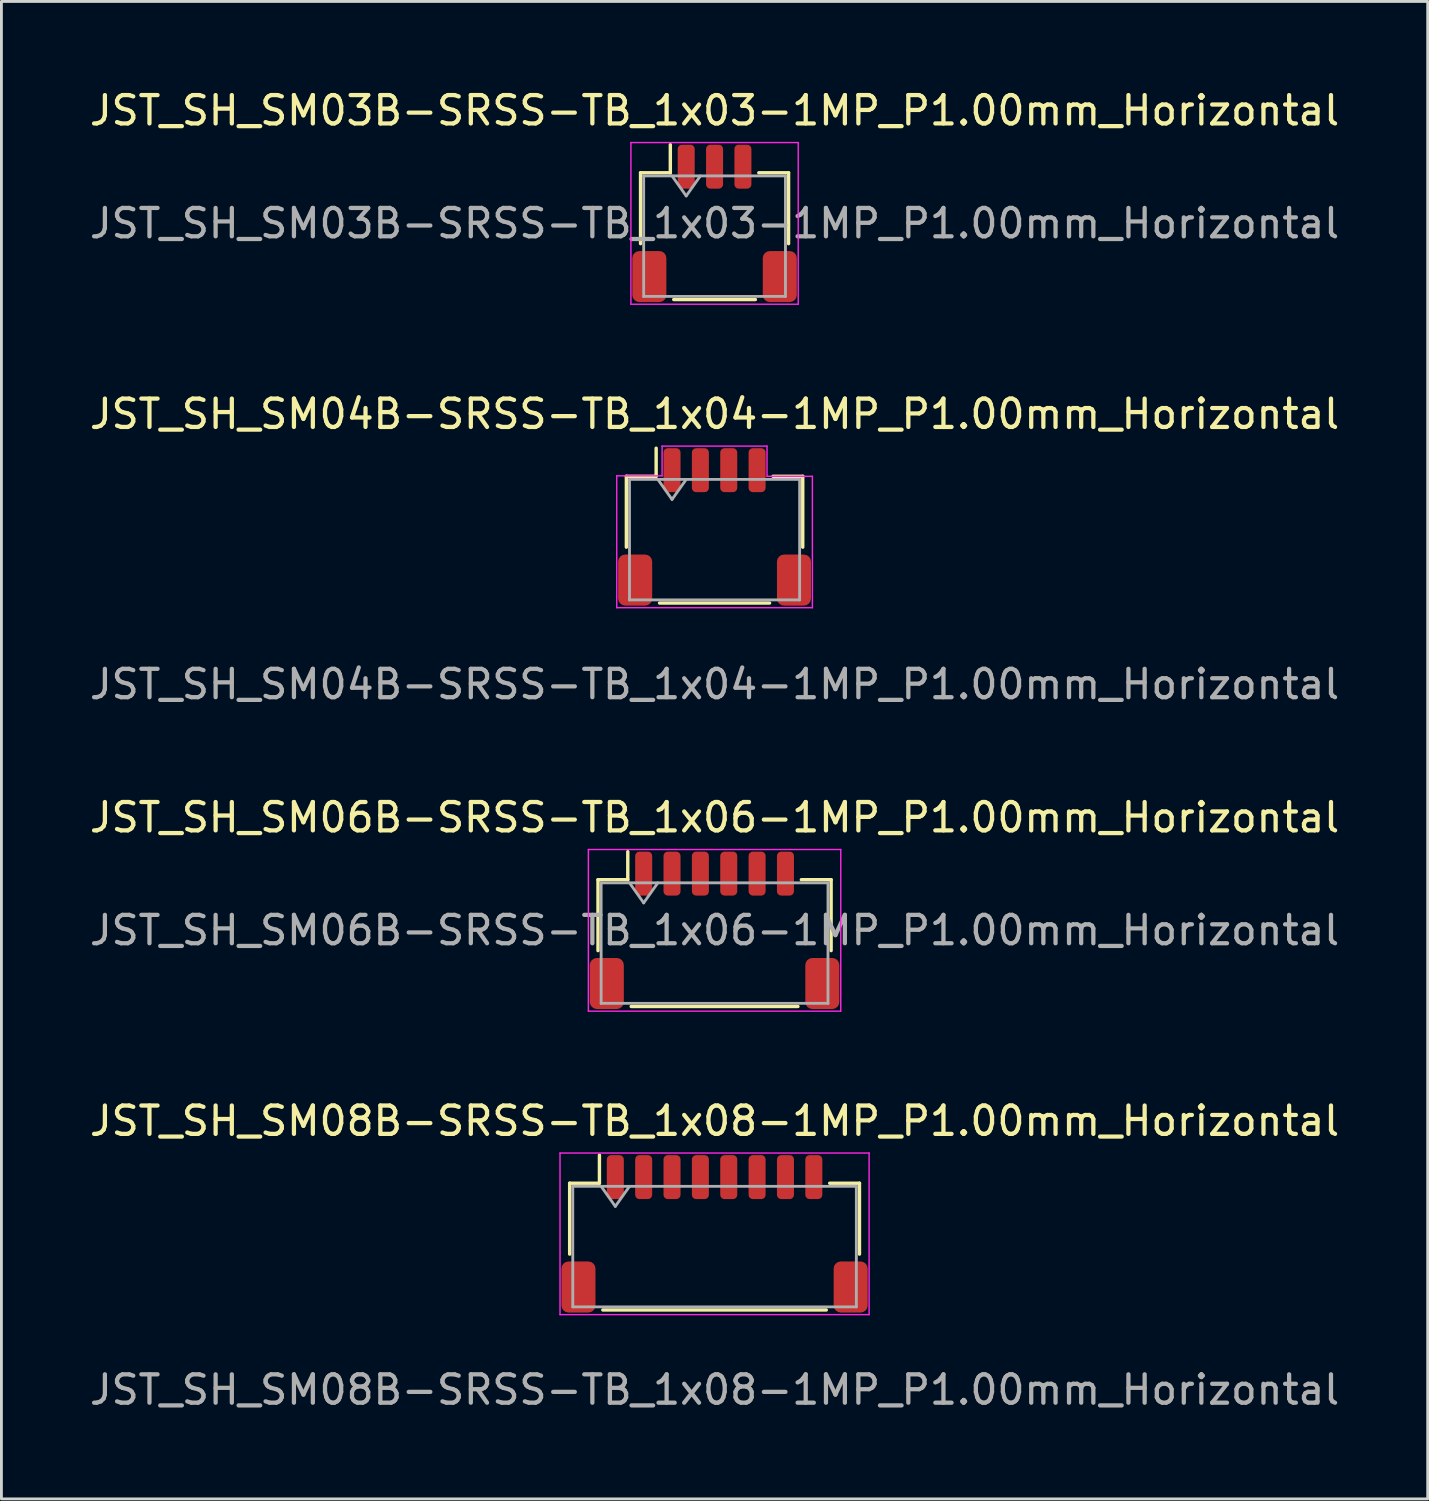
<source format=kicad_pcb>
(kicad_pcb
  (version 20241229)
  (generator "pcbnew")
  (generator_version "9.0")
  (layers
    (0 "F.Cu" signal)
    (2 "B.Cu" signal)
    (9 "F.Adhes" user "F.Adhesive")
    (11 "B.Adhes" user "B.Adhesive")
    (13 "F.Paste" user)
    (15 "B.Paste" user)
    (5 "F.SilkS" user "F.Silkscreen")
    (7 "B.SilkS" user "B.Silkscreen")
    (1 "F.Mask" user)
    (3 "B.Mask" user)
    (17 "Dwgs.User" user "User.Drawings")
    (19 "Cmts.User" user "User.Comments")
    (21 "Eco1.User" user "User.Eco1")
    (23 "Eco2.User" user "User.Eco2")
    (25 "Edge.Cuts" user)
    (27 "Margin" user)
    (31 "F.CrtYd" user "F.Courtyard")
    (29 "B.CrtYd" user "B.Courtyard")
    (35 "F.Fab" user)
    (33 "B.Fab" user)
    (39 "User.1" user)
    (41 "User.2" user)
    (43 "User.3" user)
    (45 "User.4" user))
  (footprint "JST_SH_SM04B-SRSS-TB_1x04-1MP_P1.00mm_Horizontal"
    (layer "F.Cu")
    (at 22.149 15.531)
    (property "Reference" "JST_SH_SM04B-SRSS-TB_1x04-1MP_P1.00mm_Horizontal" (at 0 -3.98 0) (layer "F.SilkS") (effects (font (size 1 1) (thickness 0.15))))
    (attr smd)
    (fp_line (start -3.11 -1.785) (end -2.06 -1.785) (stroke (width 0.12) (type solid)) (layer "F.SilkS"))
    (fp_line (start -3.11 0.715) (end -3.11 -1.785) (stroke (width 0.12) (type solid)) (layer "F.SilkS"))
    (fp_line (start -2.06 -1.785) (end -2.06 -2.775) (stroke (width 0.12) (type solid)) (layer "F.SilkS"))
    (fp_line (start -1.94 2.685) (end 1.94 2.685) (stroke (width 0.12) (type solid)) (layer "F.SilkS"))
    (fp_line (start 3.11 -1.785) (end 2.06 -1.785) (stroke (width 0.12) (type solid)) (layer "F.SilkS"))
    (fp_line (start 3.11 0.715) (end 3.11 -1.785) (stroke (width 0.12) (type solid)) (layer "F.SilkS"))
    (fp_line (start -3.45 -1.8) (end -3.45 2.85) (stroke (width 0.05) (type solid)) (layer "F.CrtYd"))
    (fp_line (start -3.45 -1.8) (end -1.85 -1.8) (stroke (width 0.05) (type solid)) (layer "F.CrtYd"))
    (fp_line (start -3.45 2.85) (end 3.45 2.85) (stroke (width 0.05) (type solid)) (layer "F.CrtYd"))
    (fp_line (start -1.85 -2.85) (end -1.85 -1.8) (stroke (width 0.05) (type solid)) (layer "F.CrtYd"))
    (fp_line (start 1.85 -2.85) (end -1.85 -2.85) (stroke (width 0.05) (type solid)) (layer "F.CrtYd"))
    (fp_line (start 1.85 -2.85) (end 1.85 -1.785) (stroke (width 0.05) (type solid)) (layer "F.CrtYd"))
    (fp_line (start 1.85 -1.785) (end 3.45 -1.785) (stroke (width 0.05) (type solid)) (layer "F.CrtYd"))
    (fp_line (start 3.45 2.85) (end 3.45 -1.785) (stroke (width 0.05) (type solid)) (layer "F.CrtYd"))
    (fp_line (start -3 -1.675) (end -3 2.575) (stroke (width 0.1) (type solid)) (layer "F.Fab"))
    (fp_line (start -3 -1.675) (end 3 -1.675) (stroke (width 0.1) (type solid)) (layer "F.Fab"))
    (fp_line (start -3 2.575) (end 3 2.575) (stroke (width 0.1) (type solid)) (layer "F.Fab"))
    (fp_line (start -2 -1.675) (end -1.5 -0.968) (stroke (width 0.1) (type solid)) (layer "F.Fab"))
    (fp_line (start -1.5 -0.968) (end -1 -1.675) (stroke (width 0.1) (type solid)) (layer "F.Fab"))
    (fp_line (start 3 -1.675) (end 3 2.575) (stroke (width 0.1) (type solid)) (layer "F.Fab"))
    (fp_text user "${REFERENCE}" (at 0 5.55 0) (layer "F.Fab") (effects (font (size 1 1) (thickness 0.15))))
    (pad "1" smd roundrect (at -1.5 -2) (size 0.6 1.55) (layers "F.Cu" "F.Mask" "F.Paste") (roundrect_rratio 0.25))
    (pad "2" smd roundrect (at -0.5 -2) (size 0.6 1.55) (layers "F.Cu" "F.Mask" "F.Paste") (roundrect_rratio 0.25))
    (pad "3" smd roundrect (at 0.5 -2) (size 0.6 1.55) (layers "F.Cu" "F.Mask" "F.Paste") (roundrect_rratio 0.25))
    (pad "4" smd roundrect (at 1.5 -2) (size 0.6 1.55) (layers "F.Cu" "F.Mask" "F.Paste") (roundrect_rratio 0.25))
    (pad "MP" smd roundrect (at -2.8 1.875) (size 1.2 1.8) (layers "F.Cu" "F.Mask" "F.Paste") (roundrect_rratio 0.208))
    (pad "MP" smd roundrect (at 2.8 1.875) (size 1.2 1.8) (layers "F.Cu" "F.Mask" "F.Paste") (roundrect_rratio 0.208)))
  (footprint "JST_SH_SM08B-SRSS-TB_1x08-1MP_P1.00mm_Horizontal"
    (layer "F.Cu")
    (at 22.149 40.461)
    (property "Reference" "JST_SH_SM08B-SRSS-TB_1x08-1MP_P1.00mm_Horizontal" (at 0 -3.98 0) (layer "F.SilkS") (effects (font (size 1 1) (thickness 0.15))))
    (attr smd)
    (fp_line (start -5.11 -1.785) (end -4.06 -1.785) (stroke (width 0.12) (type solid)) (layer "F.SilkS"))
    (fp_line (start -5.11 0.715) (end -5.11 -1.785) (stroke (width 0.12) (type solid)) (layer "F.SilkS"))
    (fp_line (start -4.06 -1.785) (end -4.06 -2.775) (stroke (width 0.12) (type solid)) (layer "F.SilkS"))
    (fp_line (start -3.94 2.685) (end 3.94 2.685) (stroke (width 0.12) (type solid)) (layer "F.SilkS"))
    (fp_line (start 5.11 -1.785) (end 4.06 -1.785) (stroke (width 0.12) (type solid)) (layer "F.SilkS"))
    (fp_line (start 5.11 0.715) (end 5.11 -1.785) (stroke (width 0.12) (type solid)) (layer "F.SilkS"))
    (fp_line (start -5.45 -2.85) (end -5.45 2.85) (stroke (width 0.05) (type solid)) (layer "F.CrtYd"))
    (fp_line (start -5.45 2.85) (end 5.45 2.85) (stroke (width 0.05) (type solid)) (layer "F.CrtYd"))
    (fp_line (start 5.45 -2.85) (end -5.45 -2.85) (stroke (width 0.05) (type solid)) (layer "F.CrtYd"))
    (fp_line (start 5.45 2.85) (end 5.45 -2.85) (stroke (width 0.05) (type solid)) (layer "F.CrtYd"))
    (fp_line (start -5 -1.675) (end -5 2.575) (stroke (width 0.1) (type solid)) (layer "F.Fab"))
    (fp_line (start -5 -1.675) (end 5 -1.675) (stroke (width 0.1) (type solid)) (layer "F.Fab"))
    (fp_line (start -5 2.575) (end 5 2.575) (stroke (width 0.1) (type solid)) (layer "F.Fab"))
    (fp_line (start -4 -1.675) (end -3.5 -0.968) (stroke (width 0.1) (type solid)) (layer "F.Fab"))
    (fp_line (start -3.5 -0.968) (end -3 -1.675) (stroke (width 0.1) (type solid)) (layer "F.Fab"))
    (fp_line (start 5 -1.675) (end 5 2.575) (stroke (width 0.1) (type solid)) (layer "F.Fab"))
    (fp_text user "${REFERENCE}" (at 0 5.5 0) (layer "F.Fab") (effects (font (size 1 1) (thickness 0.15))))
    (pad "1" smd roundrect (at -3.5 -2) (size 0.6 1.55) (layers "F.Cu" "F.Mask" "F.Paste") (roundrect_rratio 0.25))
    (pad "2" smd roundrect (at -2.5 -2) (size 0.6 1.55) (layers "F.Cu" "F.Mask" "F.Paste") (roundrect_rratio 0.25))
    (pad "3" smd roundrect (at -1.5 -2) (size 0.6 1.55) (layers "F.Cu" "F.Mask" "F.Paste") (roundrect_rratio 0.25))
    (pad "4" smd roundrect (at -0.5 -2) (size 0.6 1.55) (layers "F.Cu" "F.Mask" "F.Paste") (roundrect_rratio 0.25))
    (pad "5" smd roundrect (at 0.5 -2) (size 0.6 1.55) (layers "F.Cu" "F.Mask" "F.Paste") (roundrect_rratio 0.25))
    (pad "6" smd roundrect (at 1.5 -2) (size 0.6 1.55) (layers "F.Cu" "F.Mask" "F.Paste") (roundrect_rratio 0.25))
    (pad "7" smd roundrect (at 2.5 -2) (size 0.6 1.55) (layers "F.Cu" "F.Mask" "F.Paste") (roundrect_rratio 0.25))
    (pad "8" smd roundrect (at 3.5 -2) (size 0.6 1.55) (layers "F.Cu" "F.Mask" "F.Paste") (roundrect_rratio 0.25))
    (pad "MP" smd roundrect (at -4.8 1.875) (size 1.2 1.8) (layers "F.Cu" "F.Mask" "F.Paste") (roundrect_rratio 0.208))
    (pad "MP" smd roundrect (at 4.8 1.875) (size 1.2 1.8) (layers "F.Cu" "F.Mask" "F.Paste") (roundrect_rratio 0.208)))
  (footprint "JST_SH_SM03B-SRSS-TB_1x03-1MP_P1.00mm_Horizontal"
    (layer "F.Cu")
    (at 22.149 4.828)
    (property "Reference" "JST_SH_SM03B-SRSS-TB_1x03-1MP_P1.00mm_Horizontal" (at 0 -3.98 0) (layer "F.SilkS") (effects (font (size 1 1) (thickness 0.15))))
    (attr smd)
    (fp_line (start -2.61 -1.785) (end -1.56 -1.785) (stroke (width 0.12) (type solid)) (layer "F.SilkS"))
    (fp_line (start -2.61 0.715) (end -2.61 -1.785) (stroke (width 0.12) (type solid)) (layer "F.SilkS"))
    (fp_line (start -1.56 -1.785) (end -1.56 -2.775) (stroke (width 0.12) (type solid)) (layer "F.SilkS"))
    (fp_line (start -1.44 2.685) (end 1.44 2.685) (stroke (width 0.12) (type solid)) (layer "F.SilkS"))
    (fp_line (start 2.61 -1.785) (end 1.56 -1.785) (stroke (width 0.12) (type solid)) (layer "F.SilkS"))
    (fp_line (start 2.61 0.715) (end 2.61 -1.785) (stroke (width 0.12) (type solid)) (layer "F.SilkS"))
    (fp_line (start -2.95 -2.85) (end -2.95 2.85) (stroke (width 0.05) (type solid)) (layer "F.CrtYd"))
    (fp_line (start -2.95 2.85) (end 2.95 2.85) (stroke (width 0.05) (type solid)) (layer "F.CrtYd"))
    (fp_line (start 2.95 -2.85) (end -2.95 -2.85) (stroke (width 0.05) (type solid)) (layer "F.CrtYd"))
    (fp_line (start 2.95 2.85) (end 2.95 -2.85) (stroke (width 0.05) (type solid)) (layer "F.CrtYd"))
    (fp_line (start -2.5 -1.675) (end -2.5 2.575) (stroke (width 0.1) (type solid)) (layer "F.Fab"))
    (fp_line (start -2.5 -1.675) (end 2.5 -1.675) (stroke (width 0.1) (type solid)) (layer "F.Fab"))
    (fp_line (start -2.5 2.575) (end 2.5 2.575) (stroke (width 0.1) (type solid)) (layer "F.Fab"))
    (fp_line (start -1.5 -1.675) (end -1 -0.968) (stroke (width 0.1) (type solid)) (layer "F.Fab"))
    (fp_line (start -1 -0.968) (end -0.5 -1.675) (stroke (width 0.1) (type solid)) (layer "F.Fab"))
    (fp_line (start 2.5 -1.675) (end 2.5 2.575) (stroke (width 0.1) (type solid)) (layer "F.Fab"))
    (fp_text user "${REFERENCE}" (at 0 0 0) (layer "F.Fab") (effects (font (size 1 1) (thickness 0.15))))
    (pad "1" smd roundrect (at -1 -2) (size 0.6 1.55) (layers "F.Cu" "F.Mask" "F.Paste") (roundrect_rratio 0.25))
    (pad "2" smd roundrect (at 0 -2) (size 0.6 1.55) (layers "F.Cu" "F.Mask" "F.Paste") (roundrect_rratio 0.25))
    (pad "3" smd roundrect (at 1 -2) (size 0.6 1.55) (layers "F.Cu" "F.Mask" "F.Paste") (roundrect_rratio 0.25))
    (pad "MP" smd roundrect (at -2.3 1.875) (size 1.2 1.8) (layers "F.Cu" "F.Mask" "F.Paste") (roundrect_rratio 0.208))
    (pad "MP" smd roundrect (at 2.3 1.875) (size 1.2 1.8) (layers "F.Cu" "F.Mask" "F.Paste") (roundrect_rratio 0.208)))
  (footprint "JST_SH_SM06B-SRSS-TB_1x06-1MP_P1.00mm_Horizontal"
    (layer "F.Cu")
    (at 22.149 29.758)
    (property "Reference" "JST_SH_SM06B-SRSS-TB_1x06-1MP_P1.00mm_Horizontal" (at 0 -3.98 0) (layer "F.SilkS") (effects (font (size 1 1) (thickness 0.15))))
    (attr smd)
    (fp_line (start -4.11 -1.785) (end -3.06 -1.785) (stroke (width 0.12) (type solid)) (layer "F.SilkS"))
    (fp_line (start -4.11 0.715) (end -4.11 -1.785) (stroke (width 0.12) (type solid)) (layer "F.SilkS"))
    (fp_line (start -3.06 -1.785) (end -3.06 -2.775) (stroke (width 0.12) (type solid)) (layer "F.SilkS"))
    (fp_line (start -2.94 2.685) (end 2.94 2.685) (stroke (width 0.12) (type solid)) (layer "F.SilkS"))
    (fp_line (start 4.11 -1.785) (end 3.06 -1.785) (stroke (width 0.12) (type solid)) (layer "F.SilkS"))
    (fp_line (start 4.11 0.715) (end 4.11 -1.785) (stroke (width 0.12) (type solid)) (layer "F.SilkS"))
    (fp_line (start -4.45 -2.85) (end -4.45 2.85) (stroke (width 0.05) (type solid)) (layer "F.CrtYd"))
    (fp_line (start -4.45 2.85) (end 4.45 2.85) (stroke (width 0.05) (type solid)) (layer "F.CrtYd"))
    (fp_line (start 4.45 -2.85) (end -4.45 -2.85) (stroke (width 0.05) (type solid)) (layer "F.CrtYd"))
    (fp_line (start 4.45 2.85) (end 4.45 -2.85) (stroke (width 0.05) (type solid)) (layer "F.CrtYd"))
    (fp_line (start -4 -1.675) (end -4 2.575) (stroke (width 0.1) (type solid)) (layer "F.Fab"))
    (fp_line (start -4 -1.675) (end 4 -1.675) (stroke (width 0.1) (type solid)) (layer "F.Fab"))
    (fp_line (start -4 2.575) (end 4 2.575) (stroke (width 0.1) (type solid)) (layer "F.Fab"))
    (fp_line (start -3 -1.675) (end -2.5 -0.968) (stroke (width 0.1) (type solid)) (layer "F.Fab"))
    (fp_line (start -2.5 -0.968) (end -2 -1.675) (stroke (width 0.1) (type solid)) (layer "F.Fab"))
    (fp_line (start 4 -1.675) (end 4 2.575) (stroke (width 0.1) (type solid)) (layer "F.Fab"))
    (fp_text user "${REFERENCE}" (at 0 0 0) (layer "F.Fab") (effects (font (size 1 1) (thickness 0.15))))
    (pad "1" smd roundrect (at -2.5 -2) (size 0.6 1.55) (layers "F.Cu" "F.Mask" "F.Paste") (roundrect_rratio 0.25))
    (pad "2" smd roundrect (at -1.5 -2) (size 0.6 1.55) (layers "F.Cu" "F.Mask" "F.Paste") (roundrect_rratio 0.25))
    (pad "3" smd roundrect (at -0.5 -2) (size 0.6 1.55) (layers "F.Cu" "F.Mask" "F.Paste") (roundrect_rratio 0.25))
    (pad "4" smd roundrect (at 0.5 -2) (size 0.6 1.55) (layers "F.Cu" "F.Mask" "F.Paste") (roundrect_rratio 0.25))
    (pad "5" smd roundrect (at 1.5 -2) (size 0.6 1.55) (layers "F.Cu" "F.Mask" "F.Paste") (roundrect_rratio 0.25))
    (pad "6" smd roundrect (at 2.5 -2) (size 0.6 1.55) (layers "F.Cu" "F.Mask" "F.Paste") (roundrect_rratio 0.25))
    (pad "MP" smd roundrect (at -3.8 1.875) (size 1.2 1.8) (layers "F.Cu" "F.Mask" "F.Paste") (roundrect_rratio 0.208))
    (pad "MP" smd roundrect (at 3.8 1.875) (size 1.2 1.8) (layers "F.Cu" "F.Mask" "F.Paste") (roundrect_rratio 0.208)))
  (gr_rect
    (start -3 -3)
    (end 47.298 49.809)
    (stroke (width 0.1) (type default))
    (fill no)
    (layer "Edge.Cuts")))
</source>
